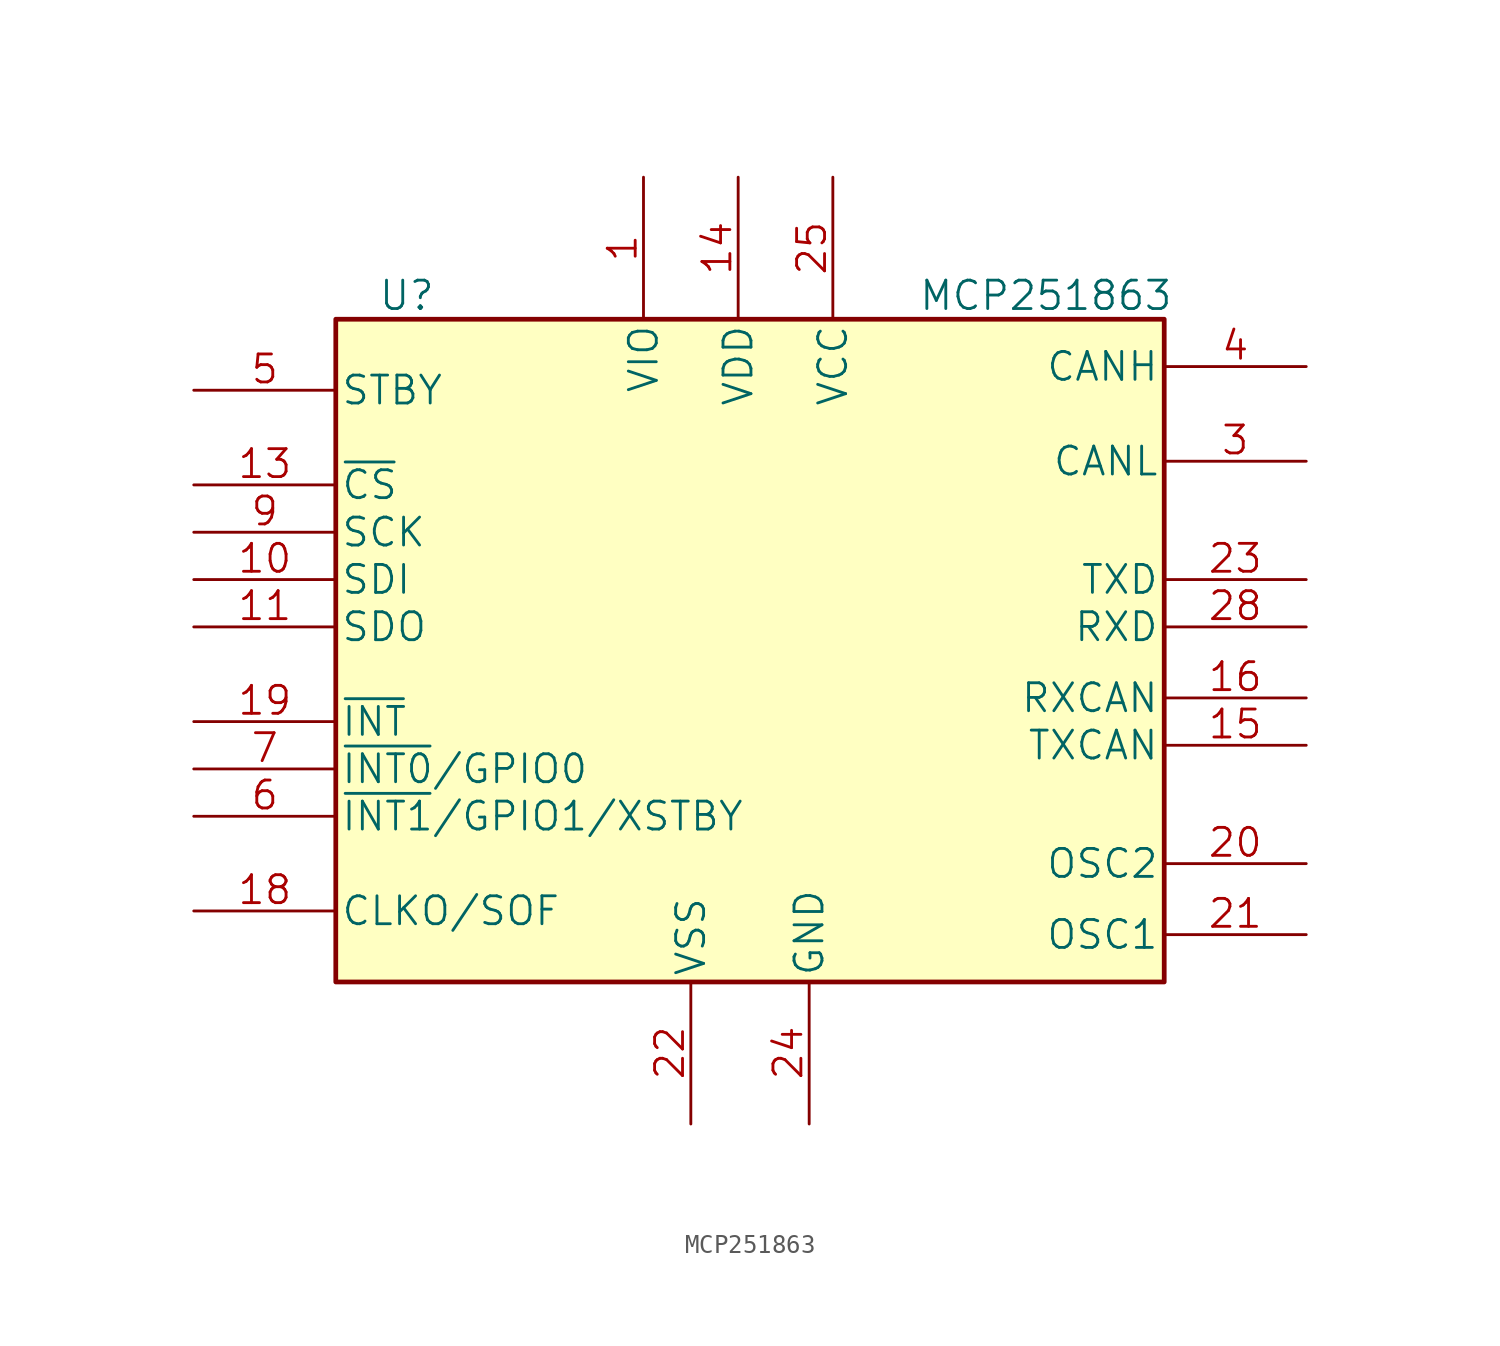
<source format=kicad_sym>
(kicad_symbol_lib
  (version 20220914)
  (generator kicad_symbol_editor)
  (symbol "MCP251863"
    (pin_names
      (offset 0.254))
    (property "Reference" "U"
      (at 11.43 8.89 0)
      (effects (font (size 1.524 1.524))))
    (property "Value" "MCP251863"
      (at 45.72 8.89 0)
      (effects (font (size 1.524 1.524))))
    (property "Datasheet" ""
      (at 0 0 0)
      (effects (font (size 1.524 1.524))))
    (symbol "MCP251863_0_1"
      (rectangle (start 7.62 7.62) (end 52.07 -27.94) (stroke (width 0.254) (type default)) (fill (type background))))
    (symbol "MCP251863_1_1"
      (pin power_in line (at 24.13 15.24 270) (length 7.62) (name "VIO" (effects (font (size 1.499 1.499)))) (number "1" (effects (font (size 1.499 1.499)))))
      (pin input line (at 0 -6.35 0) (length 7.62) (name "SDI" (effects (font (size 1.499 1.499)))) (number "10" (effects (font (size 1.499 1.499)))))
      (pin output line (at 0 -8.89 0) (length 7.62) (name "SDO" (effects (font (size 1.499 1.499)))) (number "11" (effects (font (size 1.499 1.499)))))
      (pin no_connect line (at 30.48 -6.35 0) (length 7.62) hide (name "NC" (effects (font (size 1.499 1.499)))) (number "12" (effects (font (size 1.499 1.499)))))
      (pin input line (at 0 -1.27 0) (length 7.62) (name "~{CS}" (effects (font (size 1.499 1.499)))) (number "13" (effects (font (size 1.499 1.499)))))
      (pin power_in line (at 29.21 15.24 270) (length 7.62) (name "VDD" (effects (font (size 1.499 1.499)))) (number "14" (effects (font (size 1.499 1.499)))))
      (pin output line (at 59.69 -15.24 180) (length 7.62) (name "TXCAN" (effects (font (size 1.499 1.499)))) (number "15" (effects (font (size 1.499 1.499)))))
      (pin input line (at 59.69 -12.7 180) (length 7.62) (name "RXCAN" (effects (font (size 1.499 1.499)))) (number "16" (effects (font (size 1.499 1.499)))))
      (pin no_connect line (at 30.48 -8.89 0) (length 7.62) hide (name "NC" (effects (font (size 1.499 1.499)))) (number "17" (effects (font (size 1.499 1.499)))))
      (pin output line (at 0 -24.13 0) (length 7.62) (name "CLKO/SOF" (effects (font (size 1.499 1.499)))) (number "18" (effects (font (size 1.499 1.499)))))
      (pin output line (at 0 -13.97 0) (length 7.62) (name "~{INT}" (effects (font (size 1.499 1.499)))) (number "19" (effects (font (size 1.499 1.499)))))
      (pin no_connect line (at 30.48 -1.27 0) (length 7.62) hide (name "NC" (effects (font (size 1.499 1.499)))) (number "2" (effects (font (size 1.499 1.499)))))
      (pin output line (at 59.69 -21.59 180) (length 7.62) (name "OSC2" (effects (font (size 1.499 1.499)))) (number "20" (effects (font (size 1.499 1.499)))))
      (pin input line (at 59.69 -25.4 180) (length 7.62) (name "OSC1" (effects (font (size 1.499 1.499)))) (number "21" (effects (font (size 1.499 1.499)))))
      (pin power_in line (at 26.67 -35.56 90) (length 7.62) (name "VSS" (effects (font (size 1.499 1.499)))) (number "22" (effects (font (size 1.499 1.499)))))
      (pin input line (at 59.69 -6.35 180) (length 7.62) (name "TXD" (effects (font (size 1.499 1.499)))) (number "23" (effects (font (size 1.499 1.499)))))
      (pin power_in line (at 33.02 -35.56 90) (length 7.62) (name "GND" (effects (font (size 1.499 1.499)))) (number "24" (effects (font (size 1.499 1.499)))))
      (pin power_in line (at 34.29 15.24 270) (length 7.62) (name "VCC" (effects (font (size 1.499 1.499)))) (number "25" (effects (font (size 1.499 1.499)))))
      (pin no_connect line (at 30.48 -11.43 0) (length 7.62) hide (name "NC" (effects (font (size 1.499 1.499)))) (number "26" (effects (font (size 1.499 1.499)))))
      (pin no_connect line (at 30.48 -13.97 0) (length 7.62) hide (name "NC" (effects (font (size 1.499 1.499)))) (number "27" (effects (font (size 1.499 1.499)))))
      (pin output line (at 59.69 -8.89 180) (length 7.62) (name "RXD" (effects (font (size 1.499 1.499)))) (number "28" (effects (font (size 1.499 1.499)))))
      (pin bidirectional line (at 59.69 0 180) (length 7.62) (name "CANL" (effects (font (size 1.499 1.499)))) (number "3" (effects (font (size 1.499 1.499)))))
      (pin bidirectional line (at 59.69 5.08 180) (length 7.62) (name "CANH" (effects (font (size 1.499 1.499)))) (number "4" (effects (font (size 1.499 1.499)))))
      (pin input line (at 0 3.81 0) (length 7.62) (name "STBY" (effects (font (size 1.499 1.499)))) (number "5" (effects (font (size 1.499 1.499)))))
      (pin bidirectional line (at 0 -19.05 0) (length 7.62) (name "~{INT1}/GPIO1/XSTBY" (effects (font (size 1.499 1.499)))) (number "6" (effects (font (size 1.499 1.499)))))
      (pin bidirectional line (at 0 -16.51 0) (length 7.62) (name "~{INT0}/GPIO0" (effects (font (size 1.499 1.499)))) (number "7" (effects (font (size 1.499 1.499)))))
      (pin no_connect line (at 30.48 -3.81 0) (length 7.62) hide (name "NC" (effects (font (size 1.499 1.499)))) (number "8" (effects (font (size 1.499 1.499)))))
      (pin input line (at 0 -3.81 0) (length 7.62) (name "SCK" (effects (font (size 1.499 1.499)))) (number "9" (effects (font (size 1.499 1.499))))))))
</source>
